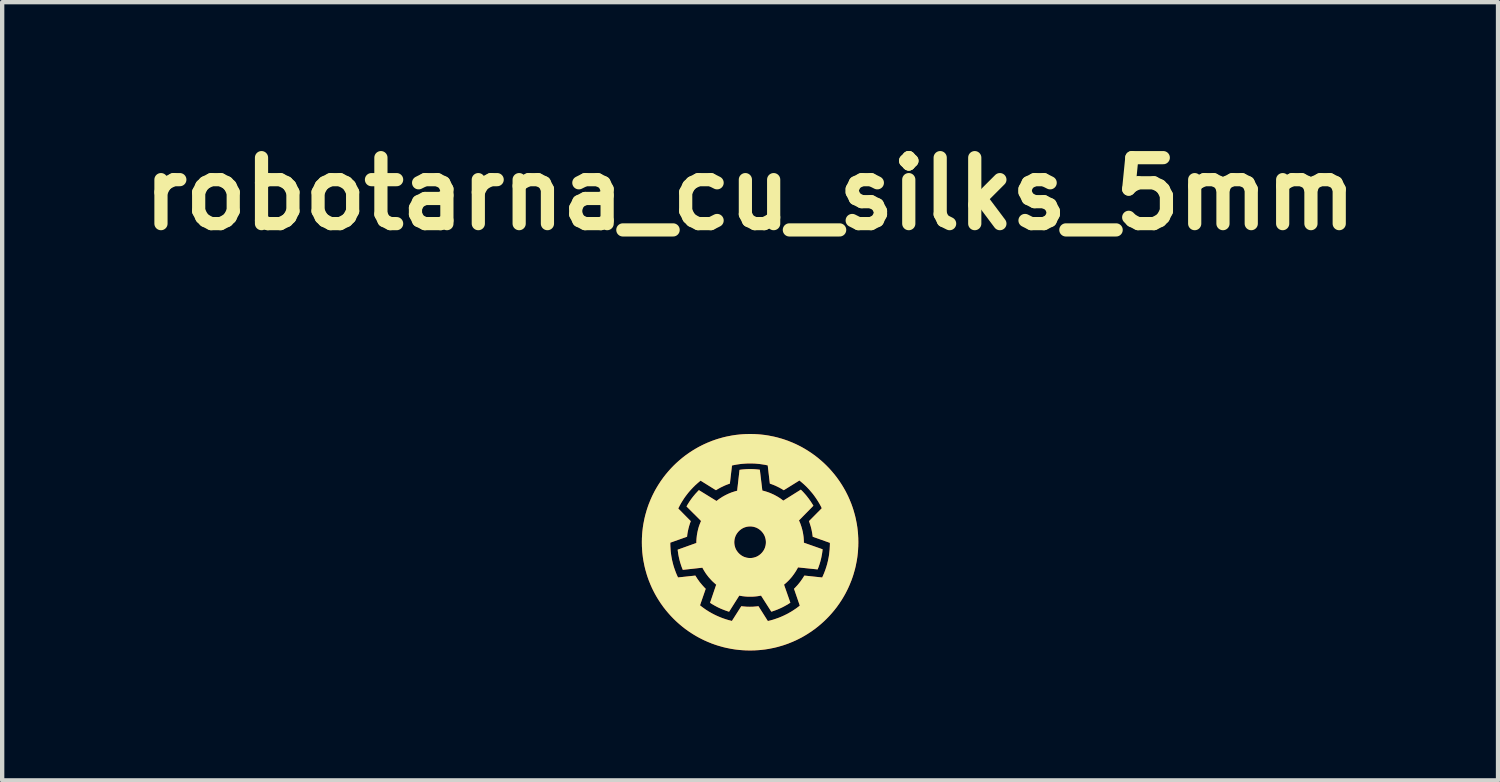
<source format=kicad_pcb>
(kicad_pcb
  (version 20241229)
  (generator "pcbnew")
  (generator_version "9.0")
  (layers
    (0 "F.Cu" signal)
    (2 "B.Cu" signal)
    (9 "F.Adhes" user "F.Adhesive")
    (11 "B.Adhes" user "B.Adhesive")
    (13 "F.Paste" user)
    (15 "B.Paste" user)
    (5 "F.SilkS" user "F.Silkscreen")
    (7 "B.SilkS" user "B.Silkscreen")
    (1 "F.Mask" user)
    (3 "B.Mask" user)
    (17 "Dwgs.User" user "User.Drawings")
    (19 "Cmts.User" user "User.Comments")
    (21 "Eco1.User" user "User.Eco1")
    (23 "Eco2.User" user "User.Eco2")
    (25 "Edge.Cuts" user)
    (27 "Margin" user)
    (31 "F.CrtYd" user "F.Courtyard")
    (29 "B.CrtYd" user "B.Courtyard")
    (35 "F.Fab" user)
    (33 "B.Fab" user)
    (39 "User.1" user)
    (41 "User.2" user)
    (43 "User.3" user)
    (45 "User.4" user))
  (footprint "robotarna_cu_silks_5mm"
    (layer "F.Cu")
    (at 14.275 9.474)
    (property "Reference" "robotarna_cu_silks_5mm" (at 0 -8.048 0) (layer "F.SilkS") (effects (font (size 1.524 1.524) (thickness 0.305))))
    (attr smd)
    (fp_poly (pts (xy -0.000004 0.365) (xy -1.653 0.307) (xy -1.648 0.333) (xy -1.642 0.36) (xy -1.636 0.386) (xy -1.63 0.412) (xy -1.623 0.438) (xy -1.616 0.463) (xy -1.608 0.489) (xy -1.6 0.514) (xy -1.592 0.539) (xy -1.583 0.564) (xy -1.574 0.589) (xy -1.564 0.614) (xy -1.554 0.638) (xy -1.102 0.588) (xy -1.089 0.612) (xy -1.076 0.635) (xy -1.063 0.658) (xy -1.048 0.681) (xy -1.034 0.704) (xy -1.019 0.726) (xy -1.003 0.748) (xy -0.987 0.769) (xy -0.971 0.79) (xy -0.954 0.811) (xy -0.936 0.831) (xy -0.918 0.851) (xy -0.9 0.871) (xy -0.882 0.89) (xy -0.863 0.909) (xy -0.843 0.927) (xy -0.823 0.945) (xy -0.803 0.963) (xy -0.783 0.98) (xy -0.925 1.399) (xy -0.903 1.413) (xy -0.88 1.428) (xy -0.857 1.441) (xy -0.834 1.455) (xy -0.81 1.468) (xy -0.786 1.481) (xy -0.762 1.494) (xy -0.738 1.506) (xy -0.714 1.517) (xy -0.689 1.529) (xy -0.664 1.54) (xy -0.639 1.55) (xy -0.614 1.56) (xy -0.588 1.57) (xy -0.563 1.579) (xy -0.537 1.588) (xy -0.511 1.597) (xy -0.485 1.605) (xy -0.25 1.233) (xy -0.223 1.238) (xy -0.196 1.243) (xy -0.169 1.247) (xy -0.141 1.25) (xy -0.114 1.253) (xy -0.086 1.255) (xy -0.058 1.257) (xy -0.029 1.258) (xy -0.001 1.258) (xy 0.025 1.258) (xy 0.051 1.257) (xy 0.077 1.256) (xy 0.102 1.254) (xy 0.128 1.252) (xy 0.153 1.249) (xy 0.178 1.246) (xy 0.203 1.242) (xy 0.228 1.237) (xy 0.253 1.233) (xy 0.49 1.604) (xy 0.517 1.596) (xy 0.543 1.587) (xy 0.568 1.578) (xy 0.594 1.569) (xy 0.619 1.559) (xy 0.645 1.549) (xy 0.669 1.538) (xy 0.694 1.527) (xy 0.719 1.516) (xy 0.743 1.504) (xy 0.767 1.492) (xy 0.791 1.479) (xy 0.815 1.466) (xy 0.838 1.453) (xy 0.862 1.44) (xy 0.885 1.426) (xy 0.907 1.411) (xy 0.93 1.397) (xy 0.784 0.98) (xy 0.805 0.962) (xy 0.826 0.945) (xy 0.846 0.926) (xy 0.865 0.908) (xy 0.885 0.889) (xy 0.904 0.869) (xy 0.922 0.849) (xy 0.94 0.829) (xy 0.958 0.808) (xy 0.975 0.787) (xy 0.991 0.765) (xy 1.007 0.744) (xy 1.023 0.721) (xy 1.038 0.699) (xy 1.053 0.676) (xy 1.067 0.653) (xy 1.081 0.629) (xy 1.094 0.605) (xy 1.107 0.581) (xy 1.56 0.628) (xy 1.569 0.604) (xy 1.579 0.579) (xy 1.588 0.554) (xy 1.596 0.53) (xy 1.605 0.504) (xy 1.612 0.479) (xy 1.62 0.454) (xy 1.627 0.428) (xy 1.634 0.402) (xy 1.64 0.376) (xy 1.646 0.35) (xy 1.651 0.324) (xy 1.656 0.297) (xy 1.661 0.271) (xy 1.665 0.244) (xy 1.669 0.217) (xy 1.672 0.19) (xy 1.675 0.163) (xy 1.243 0.011) (xy 1.242 -0.018) (xy 1.241 -0.046) (xy 1.239 -0.075) (xy 1.237 -0.103) (xy 1.234 -0.132) (xy 1.23 -0.16) (xy 1.226 -0.188) (xy 1.221 -0.215) (xy 1.216 -0.243) (xy 1.209 -0.27) (xy 1.203 -0.297) (xy 1.195 -0.324) (xy 1.188 -0.35) (xy 1.179 -0.377) (xy 1.17 -0.403) (xy 1.161 -0.429) (xy 1.151 -0.454) (xy 1.14 -0.479) (xy 1.129 -0.504) (xy 1.462 -0.843) (xy 1.448 -0.867) (xy 1.433 -0.891) (xy 1.418 -0.914) (xy 1.403 -0.938) (xy 1.387 -0.961) (xy 1.371 -0.983) (xy 1.355 -1.006) (xy 1.338 -1.028) (xy 1.321 -1.05) (xy 1.304 -1.072) (xy 1.286 -1.093) (xy 1.268 -1.114) (xy 1.249 -1.135) (xy 1.231 -1.155) (xy 1.211 -1.176) (xy 1.192 -1.195) (xy 1.172 -1.215) (xy 0.767 -0.961) (xy 0.746 -0.977) (xy 0.725 -0.993) (xy 0.703 -1.009) (xy 0.68 -1.024) (xy 0.658 -1.038) (xy 0.635 -1.052) (xy 0.612 -1.065) (xy 0.588 -1.078) (xy 0.564 -1.091) (xy 0.54 -1.103) (xy 0.516 -1.114) (xy 0.491 -1.125) (xy 0.466 -1.136) (xy 0.44 -1.146) (xy 0.415 -1.155) (xy 0.389 -1.164) (xy 0.363 -1.172) (xy 0.337 -1.18) (xy 0.31 -1.187) (xy 0.283 -1.194) (xy 0.225 -1.675) (xy 0.198 -1.678) (xy 0.17 -1.681) (xy 0.143 -1.684) (xy 0.115 -1.686) (xy 0.087 -1.688) (xy 0.059 -1.689) (xy 0.031 -1.69) (xy 0.003 -1.69) (xy -0.025 -1.69) (xy -0.053 -1.689) (xy -0.08 -1.688) (xy -0.108 -1.686) (xy -0.135 -1.684) (xy -0.163 -1.682) (xy -0.19 -1.679) (xy -0.217 -1.676) (xy -0.244 -1.672) (xy -0.299 -1.189) (xy -0.325 -1.183) (xy -0.351 -1.175) (xy -0.377 -1.167) (xy -0.403 -1.159) (xy -0.429 -1.15) (xy -0.454 -1.14) (xy -0.479 -1.13) (xy -0.504 -1.119) (xy -0.528 -1.108) (xy -0.552 -1.096) (xy -0.576 -1.084) (xy -0.6 -1.071) (xy -0.623 -1.058) (xy -0.646 -1.045) (xy -0.668 -1.03) (xy -0.691 -1.016) (xy -0.712 -1.001) (xy -0.734 -0.985) (xy -0.755 -0.969) (xy -0.776 -0.953) (xy -1.183 -1.204) (xy -1.202 -1.184) (xy -1.221 -1.164) (xy -1.24 -1.143) (xy -1.259 -1.123) (xy -1.277 -1.102) (xy -1.295 -1.08) (xy -1.313 -1.059) (xy -1.33 -1.037) (xy -1.347 -1.015) (xy -1.364 -0.992) (xy -1.38 -0.969) (xy -1.396 -0.946) (xy -1.411 -0.923) (xy -1.426 -0.899) (xy -1.441 -0.875) (xy -1.455 -0.851) (xy -1.469 -0.827) (xy -1.133 -0.491) (xy -1.144 -0.466) (xy -1.154 -0.441) (xy -1.164 -0.416) (xy -1.173 -0.391) (xy -1.182 -0.366) (xy -1.19 -0.34) (xy -1.197 -0.314) (xy -1.204 -0.287) (xy -1.21 -0.261) (xy -1.216 -0.234) (xy -1.221 -0.207) (xy -1.226 -0.18) (xy -1.23 -0.153) (xy -1.233 -0.125) (xy -1.236 -0.098) (xy -1.238 -0.07) (xy -1.24 -0.042) (xy -1.241 -0.014) (xy -1.241 0.015) (xy -1.241 0.017) (xy -1.673 0.172) (xy -1.67 0.199) (xy -1.666 0.226) (xy -1.662 0.253) (xy -1.658 0.28) (xy -1.653 0.307) (xy -0.000004 0.365) (xy -0.026 0.364) (xy -0.052 0.361) (xy -0.077 0.357) (xy -0.101 0.35) (xy -0.125 0.343) (xy -0.148 0.334) (xy -0.17 0.323) (xy -0.191 0.311) (xy -0.211 0.297) (xy -0.231 0.282) (xy -0.249 0.266) (xy -0.266 0.249) (xy -0.282 0.231) (xy -0.297 0.211) (xy -0.311 0.191) (xy -0.323 0.17) (xy -0.334 0.148) (xy -0.343 0.125) (xy -0.35 0.101) (xy -0.357 0.077) (xy -0.361 0.052) (xy -0.364 0.026) (xy -0.365 0.000008) (xy -0.364 -0.026) (xy -0.361 -0.052) (xy -0.357 -0.077) (xy -0.35 -0.101) (xy -0.343 -0.125) (xy -0.334 -0.148) (xy -0.323 -0.17) (xy -0.311 -0.191) (xy -0.297 -0.211) (xy -0.282 -0.231) (xy -0.266 -0.249) (xy -0.249 -0.266) (xy -0.231 -0.282) (xy -0.211 -0.297) (xy -0.191 -0.311) (xy -0.17 -0.323) (xy -0.148 -0.334) (xy -0.125 -0.343) (xy -0.101 -0.35) (xy -0.077 -0.357) (xy -0.052 -0.361) (xy -0.026 -0.364) (xy -0.000004 -0.365) (xy 0.026 -0.364) (xy 0.052 -0.361) (xy 0.077 -0.357) (xy 0.101 -0.35) (xy 0.125 -0.343) (xy 0.148 -0.334) (xy 0.17 -0.323) (xy 0.191 -0.311) (xy 0.211 -0.297) (xy 0.231 -0.282) (xy 0.249 -0.266) (xy 0.266 -0.249) (xy 0.282 -0.231) (xy 0.297 -0.211) (xy 0.311 -0.191) (xy 0.323 -0.17) (xy 0.334 -0.148) (xy 0.343 -0.125) (xy 0.35 -0.101) (xy 0.357 -0.077) (xy 0.361 -0.052) (xy 0.364 -0.026) (xy 0.365 0.000008) (xy 0.364 0.026) (xy 0.361 0.052) (xy 0.357 0.077) (xy 0.35 0.101) (xy 0.343 0.125) (xy 0.334 0.148) (xy 0.323 0.17) (xy 0.311 0.191) (xy 0.297 0.211) (xy 0.282 0.231) (xy 0.266 0.249) (xy 0.249 0.266) (xy 0.231 0.282) (xy 0.211 0.297) (xy 0.191 0.311) (xy 0.17 0.323) (xy 0.148 0.334) (xy 0.125 0.343) (xy 0.101 0.35) (xy 0.077 0.357) (xy 0.052 0.361) (xy 0.026 0.364) (xy -0.000004 0.365)) (stroke (width 0) (type solid)) (fill yes) (layer "F.Cu"))
    (fp_poly (pts (xy 1.665 0.814) (xy 0.369 2.473) (xy 0.395 2.469) (xy 0.421 2.465) (xy 0.447 2.46) (xy 0.472 2.455) (xy 0.497 2.45) (xy 0.523 2.445) (xy 0.548 2.44) (xy 0.573 2.434) (xy 0.598 2.428) (xy 0.623 2.422) (xy 0.648 2.415) (xy 0.673 2.408) (xy 0.697 2.401) (xy 0.722 2.394) (xy 0.746 2.387) (xy 0.771 2.379) (xy 0.795 2.371) (xy 0.819 2.363) (xy 0.843 2.354) (xy 0.867 2.346) (xy 0.891 2.337) (xy 0.914 2.327) (xy 0.938 2.318) (xy 0.961 2.308) (xy 0.985 2.299) (xy 1.008 2.288) (xy 1.031 2.278) (xy 1.054 2.268) (xy 1.077 2.257) (xy 1.099 2.246) (xy 1.122 2.235) (xy 1.144 2.223) (xy 1.167 2.212) (xy 1.189 2.2) (xy 1.211 2.188) (xy 1.233 2.175) (xy 1.255 2.163) (xy 1.276 2.15) (xy 1.298 2.137) (xy 1.319 2.124) (xy 1.34 2.111) (xy 1.361 2.097) (xy 1.382 2.083) (xy 1.403 2.07) (xy 1.424 2.055) (xy 1.444 2.041) (xy 1.464 2.026) (xy 1.485 2.012) (xy 1.505 1.997) (xy 1.524 1.982) (xy 1.544 1.966) (xy 1.564 1.951) (xy 1.583 1.935) (xy 1.602 1.919) (xy 1.621 1.903) (xy 1.64 1.887) (xy 1.659 1.87) (xy 1.677 1.854) (xy 1.696 1.837) (xy 1.714 1.82) (xy 1.732 1.803) (xy 1.75 1.785) (xy 1.768 1.768) (xy 1.785 1.75) (xy 1.803 1.732) (xy 1.82 1.714) (xy 1.837 1.696) (xy 1.854 1.677) (xy 1.87 1.659) (xy 1.887 1.64) (xy 1.903 1.621) (xy 1.919 1.602) (xy 1.935 1.583) (xy 1.951 1.564) (xy 1.966 1.544) (xy 1.982 1.524) (xy 1.997 1.505) (xy 2.012 1.485) (xy 2.026 1.464) (xy 2.041 1.444) (xy 2.055 1.424) (xy 2.07 1.403) (xy 2.083 1.382) (xy 2.097 1.361) (xy 2.111 1.34) (xy 2.124 1.319) (xy 2.137 1.298) (xy 2.15 1.276) (xy 2.163 1.255) (xy 2.175 1.233) (xy 2.188 1.211) (xy 2.2 1.189) (xy 2.212 1.167) (xy 2.223 1.144) (xy 2.235 1.122) (xy 2.246 1.099) (xy 2.257 1.077) (xy 2.268 1.054) (xy 2.278 1.031) (xy 2.288 1.008) (xy 2.299 0.985) (xy 2.308 0.961) (xy 2.318 0.938) (xy 2.327 0.914) (xy 2.337 0.891) (xy 2.346 0.867) (xy 2.354 0.843) (xy 2.363 0.819) (xy 2.371 0.795) (xy 2.379 0.771) (xy 2.387 0.746) (xy 2.394 0.722) (xy 2.401 0.697) (xy 2.408 0.673) (xy 2.415 0.648) (xy 2.422 0.623) (xy 2.428 0.598) (xy 2.434 0.573) (xy 2.44 0.548) (xy 2.445 0.523) (xy 2.45 0.497) (xy 2.455 0.472) (xy 2.46 0.447) (xy 2.465 0.421) (xy 2.469 0.395) (xy 2.473 0.369) (xy 2.477 0.344) (xy 2.48 0.318) (xy 2.483 0.292) (xy 2.486 0.265) (xy 2.489 0.239) (xy 2.491 0.213) (xy 2.493 0.187) (xy 2.495 0.16) (xy 2.496 0.134) (xy 2.498 0.107) (xy 2.499 0.08) (xy 2.499 0.054) (xy 2.5 0.027) (xy 2.5 0.000007) (xy 2.5 -0.027) (xy 2.499 -0.054) (xy 2.499 -0.08) (xy 2.498 -0.107) (xy 2.496 -0.134) (xy 2.495 -0.16) (xy 2.493 -0.187) (xy 2.491 -0.213) (xy 2.489 -0.239) (xy 2.486 -0.265) (xy 2.483 -0.292) (xy 2.48 -0.318) (xy 2.477 -0.344) (xy 2.473 -0.369) (xy 2.469 -0.395) (xy 2.465 -0.421) (xy 2.46 -0.447) (xy 2.455 -0.472) (xy 2.45 -0.497) (xy 2.445 -0.523) (xy 2.44 -0.548) (xy 2.434 -0.573) (xy 2.428 -0.598) (xy 2.422 -0.623) (xy 2.415 -0.648) (xy 2.408 -0.673) (xy 2.401 -0.697) (xy 2.394 -0.722) (xy 2.387 -0.746) (xy 2.379 -0.771) (xy 2.371 -0.795) (xy 2.363 -0.819) (xy 2.354 -0.843) (xy 2.346 -0.867) (xy 2.337 -0.891) (xy 2.327 -0.914) (xy 2.318 -0.938) (xy 2.308 -0.961) (xy 2.299 -0.985) (xy 2.288 -1.008) (xy 2.278 -1.031) (xy 2.268 -1.054) (xy 2.257 -1.077) (xy 2.246 -1.099) (xy 2.235 -1.122) (xy 2.223 -1.144) (xy 2.212 -1.167) (xy 2.2 -1.189) (xy 2.188 -1.211) (xy 2.175 -1.233) (xy 2.163 -1.255) (xy 2.15 -1.276) (xy 2.137 -1.298) (xy 2.124 -1.319) (xy 2.111 -1.34) (xy 2.097 -1.361) (xy 2.083 -1.382) (xy 2.07 -1.403) (xy 2.055 -1.424) (xy 2.041 -1.444) (xy 2.026 -1.464) (xy 2.012 -1.485) (xy 1.997 -1.505) (xy 1.982 -1.524) (xy 1.966 -1.544) (xy 1.951 -1.564) (xy 1.935 -1.583) (xy 1.919 -1.602) (xy 1.903 -1.621) (xy 1.887 -1.64) (xy 1.87 -1.659) (xy 1.854 -1.677) (xy 1.837 -1.696) (xy 1.82 -1.714) (xy 1.803 -1.732) (xy 1.785 -1.75) (xy 1.768 -1.768) (xy 1.75 -1.785) (xy 1.732 -1.803) (xy 1.714 -1.82) (xy 1.696 -1.837) (xy 1.677 -1.854) (xy 1.659 -1.87) (xy 1.64 -1.887) (xy 1.621 -1.903) (xy 1.602 -1.919) (xy 1.583 -1.935) (xy 1.564 -1.951) (xy 1.544 -1.966) (xy 1.524 -1.982) (xy 1.505 -1.997) (xy 1.485 -2.012) (xy 1.464 -2.026) (xy 1.444 -2.041) (xy 1.424 -2.055) (xy 1.403 -2.07) (xy 1.382 -2.083) (xy 1.361 -2.097) (xy 1.34 -2.111) (xy 1.319 -2.124) (xy 1.298 -2.137) (xy 1.276 -2.15) (xy 1.255 -2.163) (xy 1.233 -2.175) (xy 1.211 -2.188) (xy 1.189 -2.2) (xy 1.167 -2.212) (xy 1.144 -2.223) (xy 1.122 -2.235) (xy 1.099 -2.246) (xy 1.077 -2.257) (xy 1.054 -2.268) (xy 1.031 -2.278) (xy 1.008 -2.288) (xy 0.985 -2.299) (xy 0.961 -2.308) (xy 0.938 -2.318) (xy 0.914 -2.327) (xy 0.891 -2.337) (xy 0.867 -2.346) (xy 0.843 -2.354) (xy 0.819 -2.363) (xy 0.795 -2.371) (xy 0.771 -2.379) (xy 0.746 -2.387) (xy 0.722 -2.394) (xy 0.697 -2.401) (xy 0.673 -2.408) (xy 0.648 -2.415) (xy 0.623 -2.422) (xy 0.598 -2.428) (xy 0.573 -2.434) (xy 0.548 -2.44) (xy 0.523 -2.445) (xy 0.497 -2.45) (xy 0.472 -2.455) (xy 0.447 -2.46) (xy 0.421 -2.465) (xy 0.395 -2.469) (xy 0.369 -2.473) (xy 0.344 -2.477) (xy 0.318 -2.48) (xy 0.292 -2.483) (xy 0.265 -2.486) (xy 0.239 -2.489) (xy 0.213 -2.491) (xy 0.187 -2.493) (xy 0.16 -2.495) (xy 0.134 -2.496) (xy 0.107 -2.498) (xy 0.08 -2.499) (xy 0.054 -2.499) (xy 0.027 -2.5) (xy -0.000007 -2.5) (xy -0.027 -2.5) (xy -0.054 -2.499) (xy -0.08 -2.499) (xy -0.107 -2.498) (xy -0.134 -2.496) (xy -0.16 -2.495) (xy -0.187 -2.493) (xy -0.213 -2.491) (xy -0.239 -2.489) (xy -0.265 -2.486) (xy -0.292 -2.483) (xy -0.318 -2.48) (xy -0.344 -2.477) (xy -0.369 -2.473) (xy -0.395 -2.469) (xy -0.421 -2.465) (xy -0.447 -2.46) (xy -0.472 -2.455) (xy -0.497 -2.45) (xy -0.523 -2.445) (xy -0.548 -2.44) (xy -0.573 -2.434) (xy -0.598 -2.428) (xy -0.623 -2.422) (xy -0.648 -2.415) (xy -0.673 -2.408) (xy -0.697 -2.401) (xy -0.722 -2.394) (xy -0.746 -2.387) (xy -0.771 -2.379) (xy -0.795 -2.371) (xy -0.819 -2.363) (xy -0.843 -2.354) (xy -0.867 -2.346) (xy -0.891 -2.337) (xy -0.914 -2.327) (xy -0.938 -2.318) (xy -0.961 -2.308) (xy -0.985 -2.299) (xy -1.008 -2.288) (xy -1.031 -2.278) (xy -1.054 -2.268) (xy -1.077 -2.257) (xy -1.099 -2.246) (xy -1.122 -2.235) (xy -1.144 -2.223) (xy -1.167 -2.212) (xy -1.189 -2.2) (xy -1.211 -2.188) (xy -1.233 -2.175) (xy -1.255 -2.163) (xy -1.276 -2.15) (xy -1.298 -2.137) (xy -1.319 -2.124) (xy -1.34 -2.111) (xy -1.361 -2.097) (xy -1.382 -2.083) (xy -1.403 -2.07) (xy -1.424 -2.055) (xy -1.444 -2.041) (xy -1.464 -2.026) (xy -1.485 -2.012) (xy -1.505 -1.997) (xy -1.524 -1.982) (xy -1.544 -1.966) (xy -1.564 -1.951) (xy -1.583 -1.935) (xy -1.602 -1.919) (xy -1.621 -1.903) (xy -1.64 -1.887) (xy -1.659 -1.87) (xy -1.677 -1.854) (xy -1.696 -1.837) (xy -1.714 -1.82) (xy -1.732 -1.803) (xy -1.75 -1.785) (xy -1.768 -1.768) (xy -1.785 -1.75) (xy -1.803 -1.732) (xy -1.82 -1.714) (xy -1.837 -1.696) (xy -1.854 -1.677) (xy -1.87 -1.659) (xy -1.887 -1.64) (xy -1.903 -1.621) (xy -1.919 -1.602) (xy -1.935 -1.583) (xy -1.951 -1.564) (xy -1.966 -1.544) (xy -1.982 -1.524) (xy -1.997 -1.505) (xy -2.012 -1.485) (xy -2.026 -1.464) (xy -2.041 -1.444) (xy -2.055 -1.424) (xy -2.07 -1.403) (xy -2.083 -1.382) (xy -2.097 -1.361) (xy -2.111 -1.34) (xy -2.124 -1.319) (xy -2.137 -1.298) (xy -2.15 -1.276) (xy -2.163 -1.255) (xy -2.175 -1.233) (xy -2.188 -1.211) (xy -2.2 -1.189) (xy -2.212 -1.167) (xy -2.223 -1.144) (xy -2.235 -1.122) (xy -2.246 -1.099) (xy -2.257 -1.077) (xy -2.268 -1.054) (xy -2.278 -1.031) (xy -2.288 -1.008) (xy -2.299 -0.985) (xy -2.308 -0.961) (xy -2.318 -0.938) (xy -2.327 -0.914) (xy -2.337 -0.891) (xy -2.346 -0.867) (xy -2.354 -0.843) (xy -2.363 -0.819) (xy -2.371 -0.795) (xy -2.379 -0.771) (xy -2.387 -0.746) (xy -2.394 -0.722) (xy -2.401 -0.697) (xy -2.408 -0.673) (xy -2.415 -0.648) (xy -2.422 -0.623) (xy -2.428 -0.598) (xy -2.434 -0.573) (xy -2.44 -0.548) (xy -2.445 -0.523) (xy -2.45 -0.497) (xy -2.455 -0.472) (xy -2.46 -0.447) (xy -2.465 -0.421) (xy -2.469 -0.395) (xy -2.473 -0.369) (xy -2.477 -0.344) (xy -2.48 -0.318) (xy -2.483 -0.292) (xy -2.486 -0.265) (xy -2.489 -0.239) (xy -2.491 -0.213) (xy -2.493 -0.187) (xy -2.495 -0.16) (xy -2.496 -0.134) (xy -2.498 -0.107) (xy -2.499 -0.08) (xy -2.499 -0.054) (xy -2.5 -0.027) (xy -2.5 0.000007) (xy -2.5 0.027) (xy -2.499 0.054) (xy -2.499 0.08) (xy -2.498 0.107) (xy -2.496 0.134) (xy -2.495 0.16) (xy -2.493 0.187) (xy -2.491 0.213) (xy -2.489 0.239) (xy -2.486 0.265) (xy -2.483 0.292) (xy -2.48 0.318) (xy -2.477 0.344) (xy -2.473 0.369) (xy -2.469 0.395) (xy -2.465 0.421) (xy -2.46 0.447) (xy -2.455 0.472) (xy -2.45 0.497) (xy -2.445 0.523) (xy -2.44 0.548) (xy -2.434 0.573) (xy -2.428 0.598) (xy -2.422 0.623) (xy -2.415 0.648) (xy -2.408 0.673) (xy -2.401 0.697) (xy -2.394 0.722) (xy -2.387 0.746) (xy -2.379 0.771) (xy -2.371 0.795) (xy -2.363 0.819) (xy -2.354 0.843) (xy -2.346 0.867) (xy -2.337 0.891) (xy -2.327 0.914) (xy -2.318 0.938) (xy -2.308 0.961) (xy -2.299 0.985) (xy -2.288 1.008) (xy -2.278 1.031) (xy -2.268 1.054) (xy -2.257 1.077) (xy -2.246 1.099) (xy -2.235 1.122) (xy -2.223 1.144) (xy -2.212 1.167) (xy -2.2 1.189) (xy -2.188 1.211) (xy -2.175 1.233) (xy -2.163 1.255) (xy -2.15 1.276) (xy -2.137 1.298) (xy -2.124 1.319) (xy -2.111 1.34) (xy -2.097 1.361) (xy -2.083 1.382) (xy -2.07 1.403) (xy -2.055 1.424) (xy -2.041 1.444) (xy -2.026 1.464) (xy -2.012 1.485) (xy -1.997 1.505) (xy -1.982 1.524) (xy -1.966 1.544) (xy -1.951 1.564) (xy -1.935 1.583) (xy -1.919 1.602) (xy -1.903 1.621) (xy -1.887 1.64) (xy -1.87 1.659) (xy -1.854 1.677) (xy -1.837 1.696) (xy -1.82 1.714) (xy -1.803 1.732) (xy -1.785 1.75) (xy -1.768 1.768) (xy -1.75 1.785) (xy -1.732 1.803) (xy -1.714 1.82) (xy -1.696 1.837) (xy -1.677 1.854) (xy -1.659 1.87) (xy -1.64 1.887) (xy -1.621 1.903) (xy -1.602 1.919) (xy -1.583 1.935) (xy -1.564 1.951) (xy -1.544 1.966) (xy -1.524 1.982) (xy -1.505 1.997) (xy -1.485 2.012) (xy -1.464 2.026) (xy -1.444 2.041) (xy -1.424 2.055) (xy -1.403 2.07) (xy -1.382 2.083) (xy -1.361 2.097) (xy -1.34 2.111) (xy -1.319 2.124) (xy -1.298 2.137) (xy -1.276 2.15) (xy -1.255 2.163) (xy -1.233 2.175) (xy -1.211 2.188) (xy -1.189 2.2) (xy -1.167 2.212) (xy -1.144 2.223) (xy -1.122 2.235) (xy -1.099 2.246) (xy -1.077 2.257) (xy -1.054 2.268) (xy -1.031 2.278) (xy -1.008 2.288) (xy -0.985 2.299) (xy -0.961 2.308) (xy -0.938 2.318) (xy -0.914 2.327) (xy -0.891 2.337) (xy -0.867 2.346) (xy -0.843 2.354) (xy -0.819 2.363) (xy -0.795 2.371) (xy -0.771 2.379) (xy -0.746 2.387) (xy -0.722 2.394) (xy -0.697 2.401) (xy -0.673 2.408) (xy -0.648 2.415) (xy -0.623 2.422) (xy -0.598 2.428) (xy -0.573 2.434) (xy -0.548 2.44) (xy -0.523 2.445) (xy -0.497 2.45) (xy -0.472 2.455) (xy -0.447 2.46) (xy -0.421 2.465) (xy -0.395 2.469) (xy -0.369 2.473) (xy -0.344 2.477) (xy -0.318 2.48) (xy -0.292 2.483) (xy -0.265 2.486) (xy -0.239 2.489) (xy -0.213 2.491) (xy -0.187 2.493) (xy -0.16 2.495) (xy -0.134 2.496) (xy -0.107 2.498) (xy -0.08 2.499) (xy -0.054 2.499) (xy -0.027 2.5) (xy -0.000007 2.5) (xy 0.027 2.5) (xy 0.054 2.499) (xy 0.08 2.499) (xy 0.107 2.498) (xy 0.134 2.496) (xy 0.16 2.495) (xy 0.187 2.493) (xy 0.213 2.491) (xy 0.239 2.489) (xy 0.265 2.486) (xy 0.292 2.483) (xy 0.318 2.48) (xy 0.344 2.477) (xy 0.369 2.473) (xy 1.665 0.814) (xy 1.254 0.77) (xy 1.239 0.794) (xy 1.224 0.817) (xy 1.209 0.841) (xy 1.193 0.864) (xy 1.177 0.886) (xy 1.161 0.909) (xy 1.144 0.931) (xy 1.127 0.952) (xy 1.109 0.974) (xy 1.091 0.995) (xy 1.072 1.015) (xy 1.053 1.036) (xy 1.034 1.056) (xy 1.014 1.075) (xy 1.148 1.464) (xy 1.127 1.481) (xy 1.105 1.497) (xy 1.083 1.514) (xy 1.061 1.53) (xy 1.039 1.545) (xy 1.016 1.56) (xy 0.993 1.575) (xy 0.97 1.59) (xy 0.947 1.604) (xy 0.923 1.618) (xy 0.9 1.631) (xy 0.876 1.645) (xy 0.851 1.658) (xy 0.827 1.67) (xy 0.802 1.682) (xy 0.778 1.694) (xy 0.753 1.705) (xy 0.727 1.717) (xy 0.702 1.727) (xy 0.676 1.738) (xy 0.65 1.748) (xy 0.624 1.757) (xy 0.598 1.766) (xy 0.572 1.775) (xy 0.545 1.784) (xy 0.519 1.792) (xy 0.492 1.799) (xy 0.465 1.807) (xy 0.438 1.813) (xy 0.41 1.82) (xy 0.193 1.477) (xy 0.168 1.48) (xy 0.144 1.483) (xy 0.119 1.485) (xy 0.095 1.487) (xy 0.07 1.489) (xy 0.045 1.49) (xy 0.02 1.49) (xy -0.005 1.491) (xy -0.03 1.49) (xy -0.056 1.49) (xy -0.08 1.489) (xy -0.105 1.487) (xy -0.13 1.485) (xy -0.155 1.483) (xy -0.179 1.48) (xy -0.203 1.477) (xy -0.42 1.818) (xy -0.447 1.811) (xy -0.474 1.804) (xy -0.501 1.797) (xy -0.528 1.789) (xy -0.555 1.781) (xy -0.581 1.772) (xy -0.608 1.763) (xy -0.634 1.754) (xy -0.66 1.744) (xy -0.685 1.734) (xy -0.711 1.723) (xy -0.736 1.713) (xy -0.762 1.701) (xy -0.787 1.69) (xy -0.811 1.678) (xy -0.836 1.666) (xy -0.86 1.653) (xy -0.885 1.64) (xy -0.909 1.626) (xy -0.932 1.613) (xy -0.956 1.599) (xy -0.979 1.584) (xy -1.002 1.57) (xy -1.025 1.555) (xy -1.048 1.539) (xy -1.07 1.523) (xy -1.092 1.507) (xy -1.114 1.491) (xy -1.135 1.474) (xy -1.157 1.457) (xy -1.025 1.075) (xy -1.045 1.056) (xy -1.064 1.036) (xy -1.083 1.015) (xy -1.101 0.995) (xy -1.119 0.974) (xy -1.137 0.952) (xy -1.155 0.931) (xy -1.172 0.909) (xy -1.188 0.886) (xy -1.204 0.864) (xy -1.22 0.841) (xy -1.235 0.817) (xy -1.25 0.794) (xy -1.264 0.77) (xy -1.665 0.813) (xy -1.676 0.789) (xy -1.687 0.765) (xy -1.698 0.74) (xy -1.708 0.716) (xy -1.718 0.691) (xy -1.727 0.666) (xy -1.736 0.641) (xy -1.745 0.616) (xy -1.754 0.59) (xy -1.762 0.565) (xy -1.77 0.539) (xy -1.777 0.513) (xy -1.784 0.487) (xy -1.79 0.461) (xy -1.797 0.434) (xy -1.803 0.408) (xy -1.808 0.381) (xy -1.813 0.354) (xy -1.818 0.327) (xy -1.822 0.3) (xy -1.826 0.273) (xy -1.829 0.246) (xy -1.833 0.218) (xy -1.835 0.191) (xy -1.838 0.163) (xy -1.839 0.135) (xy -1.841 0.107) (xy -1.842 0.079) (xy -1.843 0.051) (xy -1.843 0.023) (xy -1.843 0.01) (xy -1.456 -0.127) (xy -1.453 -0.154) (xy -1.45 -0.181) (xy -1.446 -0.207) (xy -1.441 -0.234) (xy -1.436 -0.26) (xy -1.43 -0.286) (xy -1.425 -0.312) (xy -1.418 -0.337) (xy -1.411 -0.363) (xy -1.404 -0.388) (xy -1.396 -0.413) (xy -1.388 -0.438) (xy -1.379 -0.463) (xy -1.37 -0.487) (xy -1.659 -0.779) (xy -1.647 -0.804) (xy -1.634 -0.829) (xy -1.621 -0.854) (xy -1.608 -0.878) (xy -1.594 -0.902) (xy -1.58 -0.926) (xy -1.565 -0.95) (xy -1.55 -0.973) (xy -1.535 -0.997) (xy -1.52 -1.02) (xy -1.504 -1.042) (xy -1.488 -1.065) (xy -1.471 -1.087) (xy -1.454 -1.109) (xy -1.437 -1.131) (xy -1.42 -1.152) (xy -1.402 -1.173) (xy -1.384 -1.194) (xy -1.365 -1.215) (xy -1.346 -1.235) (xy -1.327 -1.255) (xy -1.308 -1.275) (xy -1.288 -1.294) (xy -1.269 -1.314) (xy -1.248 -1.332) (xy -1.228 -1.351) (xy -1.207 -1.369) (xy -1.186 -1.387) (xy -1.165 -1.405) (xy -1.143 -1.422) (xy -0.788 -1.201) (xy -0.765 -1.216) (xy -0.742 -1.23) (xy -0.718 -1.243) (xy -0.694 -1.257) (xy -0.67 -1.269) (xy -0.645 -1.281) (xy -0.62 -1.293) (xy -0.595 -1.305) (xy -0.57 -1.316) (xy -0.545 -1.326) (xy -0.519 -1.336) (xy -0.493 -1.345) (xy -0.467 -1.354) (xy -0.418 -1.772) (xy -0.391 -1.778) (xy -0.364 -1.784) (xy -0.337 -1.789) (xy -0.309 -1.794) (xy -0.282 -1.798) (xy -0.254 -1.802) (xy -0.226 -1.806) (xy -0.198 -1.809) (xy -0.17 -1.812) (xy -0.142 -1.814) (xy -0.114 -1.816) (xy -0.086 -1.818) (xy -0.057 -1.819) (xy -0.029 -1.82) (xy -0.000007 -1.82) (xy 0.028 -1.82) (xy 0.056 -1.819) (xy 0.083 -1.818) (xy 0.111 -1.817) (xy 0.138 -1.815) (xy 0.166 -1.812) (xy 0.193 -1.81) (xy 0.22 -1.807) (xy 0.247 -1.803) (xy 0.274 -1.799) (xy 0.301 -1.795) (xy 0.328 -1.791) (xy 0.354 -1.786) (xy 0.381 -1.78) (xy 0.407 -1.775) (xy 0.456 -1.354) (xy 0.482 -1.345) (xy 0.508 -1.336) (xy 0.534 -1.326) (xy 0.559 -1.316) (xy 0.585 -1.305) (xy 0.61 -1.293) (xy 0.635 -1.281) (xy 0.659 -1.269) (xy 0.683 -1.257) (xy 0.707 -1.243) (xy 0.731 -1.23) (xy 0.754 -1.216) (xy 0.777 -1.201) (xy 1.139 -1.426) (xy 1.16 -1.409) (xy 1.181 -1.391) (xy 1.203 -1.373) (xy 1.223 -1.355) (xy 1.244 -1.337) (xy 1.264 -1.318) (xy 1.284 -1.299) (xy 1.304 -1.28) (xy 1.323 -1.26) (xy 1.342 -1.24) (xy 1.361 -1.22) (xy 1.379 -1.199) (xy 1.397 -1.178) (xy 1.415 -1.157) (xy 1.433 -1.136) (xy 1.45 -1.115) (xy 1.467 -1.093) (xy 1.483 -1.071) (xy 1.5 -1.048) (xy 1.515 -1.026) (xy 1.531 -1.003) (xy 1.546 -0.98) (xy 1.561 -0.956) (xy 1.576 -0.933) (xy 1.59 -0.909) (xy 1.604 -0.885) (xy 1.617 -0.861) (xy 1.631 -0.836) (xy 1.643 -0.811) (xy 1.656 -0.786) (xy 1.36 -0.487) (xy 1.369 -0.463) (xy 1.377 -0.438) (xy 1.385 -0.413) (xy 1.393 -0.388) (xy 1.401 -0.363) (xy 1.407 -0.337) (xy 1.414 -0.312) (xy 1.42 -0.286) (xy 1.425 -0.26) (xy 1.43 -0.234) (xy 1.435 -0.207) (xy 1.439 -0.181) (xy 1.443 -0.154) (xy 1.446 -0.127) (xy 1.843 0.014) (xy 1.843 0.023) (xy 1.843 0.051) (xy 1.842 0.079) (xy 1.841 0.107) (xy 1.839 0.135) (xy 1.838 0.163) (xy 1.835 0.191) (xy 1.832 0.219) (xy 1.829 0.246) (xy 1.826 0.273) (xy 1.822 0.301) (xy 1.818 0.328) (xy 1.813 0.355) (xy 1.808 0.382) (xy 1.802 0.408) (xy 1.797 0.435) (xy 1.79 0.461) (xy 1.784 0.488) (xy 1.777 0.514) (xy 1.769 0.54) (xy 1.762 0.565) (xy 1.753 0.591) (xy 1.745 0.617) (xy 1.736 0.642) (xy 1.727 0.667) (xy 1.717 0.692) (xy 1.708 0.717) (xy 1.697 0.741) (xy 1.687 0.766) (xy 1.676 0.79) (xy 1.665 0.814)) (stroke (width 0) (type solid)) (fill yes) (layer "F.Cu"))
    (fp_poly (pts (xy -0.000004 0.365) (xy -1.653 0.307) (xy -1.648 0.333) (xy -1.642 0.36) (xy -1.636 0.386) (xy -1.63 0.412) (xy -1.623 0.438) (xy -1.616 0.463) (xy -1.608 0.489) (xy -1.6 0.514) (xy -1.592 0.539) (xy -1.583 0.564) (xy -1.574 0.589) (xy -1.564 0.614) (xy -1.554 0.638) (xy -1.102 0.588) (xy -1.089 0.612) (xy -1.076 0.635) (xy -1.063 0.658) (xy -1.048 0.681) (xy -1.034 0.704) (xy -1.019 0.726) (xy -1.003 0.748) (xy -0.987 0.769) (xy -0.971 0.79) (xy -0.954 0.811) (xy -0.936 0.831) (xy -0.918 0.851) (xy -0.9 0.871) (xy -0.882 0.89) (xy -0.863 0.909) (xy -0.843 0.927) (xy -0.823 0.945) (xy -0.803 0.963) (xy -0.783 0.98) (xy -0.925 1.399) (xy -0.903 1.413) (xy -0.88 1.428) (xy -0.857 1.441) (xy -0.834 1.455) (xy -0.81 1.468) (xy -0.786 1.481) (xy -0.762 1.494) (xy -0.738 1.506) (xy -0.714 1.517) (xy -0.689 1.529) (xy -0.664 1.54) (xy -0.639 1.55) (xy -0.614 1.56) (xy -0.588 1.57) (xy -0.563 1.579) (xy -0.537 1.588) (xy -0.511 1.597) (xy -0.485 1.605) (xy -0.25 1.233) (xy -0.223 1.238) (xy -0.196 1.243) (xy -0.169 1.247) (xy -0.141 1.25) (xy -0.114 1.253) (xy -0.086 1.255) (xy -0.058 1.257) (xy -0.029 1.258) (xy -0.001 1.258) (xy 0.025 1.258) (xy 0.051 1.257) (xy 0.077 1.256) (xy 0.102 1.254) (xy 0.128 1.252) (xy 0.153 1.249) (xy 0.178 1.246) (xy 0.203 1.242) (xy 0.228 1.237) (xy 0.253 1.233) (xy 0.49 1.604) (xy 0.517 1.596) (xy 0.543 1.587) (xy 0.568 1.578) (xy 0.594 1.569) (xy 0.619 1.559) (xy 0.645 1.549) (xy 0.669 1.538) (xy 0.694 1.527) (xy 0.719 1.516) (xy 0.743 1.504) (xy 0.767 1.492) (xy 0.791 1.479) (xy 0.815 1.466) (xy 0.838 1.453) (xy 0.862 1.44) (xy 0.885 1.426) (xy 0.907 1.411) (xy 0.93 1.397) (xy 0.784 0.98) (xy 0.805 0.962) (xy 0.826 0.945) (xy 0.846 0.926) (xy 0.865 0.908) (xy 0.885 0.889) (xy 0.904 0.869) (xy 0.922 0.849) (xy 0.94 0.829) (xy 0.958 0.808) (xy 0.975 0.787) (xy 0.991 0.765) (xy 1.007 0.744) (xy 1.023 0.721) (xy 1.038 0.699) (xy 1.053 0.676) (xy 1.067 0.653) (xy 1.081 0.629) (xy 1.094 0.605) (xy 1.107 0.581) (xy 1.56 0.628) (xy 1.569 0.604) (xy 1.579 0.579) (xy 1.588 0.554) (xy 1.596 0.53) (xy 1.605 0.504) (xy 1.612 0.479) (xy 1.62 0.454) (xy 1.627 0.428) (xy 1.634 0.402) (xy 1.64 0.376) (xy 1.646 0.35) (xy 1.651 0.324) (xy 1.656 0.297) (xy 1.661 0.271) (xy 1.665 0.244) (xy 1.669 0.217) (xy 1.672 0.19) (xy 1.675 0.163) (xy 1.243 0.011) (xy 1.242 -0.018) (xy 1.241 -0.046) (xy 1.239 -0.075) (xy 1.237 -0.103) (xy 1.234 -0.132) (xy 1.23 -0.16) (xy 1.226 -0.188) (xy 1.221 -0.215) (xy 1.216 -0.243) (xy 1.209 -0.27) (xy 1.203 -0.297) (xy 1.195 -0.324) (xy 1.188 -0.35) (xy 1.179 -0.377) (xy 1.17 -0.403) (xy 1.161 -0.429) (xy 1.151 -0.454) (xy 1.14 -0.479) (xy 1.129 -0.504) (xy 1.462 -0.843) (xy 1.448 -0.867) (xy 1.433 -0.891) (xy 1.418 -0.914) (xy 1.403 -0.938) (xy 1.387 -0.961) (xy 1.371 -0.983) (xy 1.355 -1.006) (xy 1.338 -1.028) (xy 1.321 -1.05) (xy 1.304 -1.072) (xy 1.286 -1.093) (xy 1.268 -1.114) (xy 1.249 -1.135) (xy 1.231 -1.155) (xy 1.211 -1.176) (xy 1.192 -1.195) (xy 1.172 -1.215) (xy 0.767 -0.961) (xy 0.746 -0.977) (xy 0.725 -0.993) (xy 0.703 -1.009) (xy 0.68 -1.024) (xy 0.658 -1.038) (xy 0.635 -1.052) (xy 0.612 -1.065) (xy 0.588 -1.078) (xy 0.564 -1.091) (xy 0.54 -1.103) (xy 0.516 -1.114) (xy 0.491 -1.125) (xy 0.466 -1.136) (xy 0.44 -1.146) (xy 0.415 -1.155) (xy 0.389 -1.164) (xy 0.363 -1.172) (xy 0.337 -1.18) (xy 0.31 -1.187) (xy 0.283 -1.194) (xy 0.225 -1.675) (xy 0.198 -1.678) (xy 0.17 -1.681) (xy 0.143 -1.684) (xy 0.115 -1.686) (xy 0.087 -1.688) (xy 0.059 -1.689) (xy 0.031 -1.69) (xy 0.003 -1.69) (xy -0.025 -1.69) (xy -0.053 -1.689) (xy -0.08 -1.688) (xy -0.108 -1.686) (xy -0.135 -1.684) (xy -0.163 -1.682) (xy -0.19 -1.679) (xy -0.217 -1.676) (xy -0.244 -1.672) (xy -0.299 -1.189) (xy -0.325 -1.183) (xy -0.351 -1.175) (xy -0.377 -1.167) (xy -0.403 -1.159) (xy -0.429 -1.15) (xy -0.454 -1.14) (xy -0.479 -1.13) (xy -0.504 -1.119) (xy -0.528 -1.108) (xy -0.552 -1.096) (xy -0.576 -1.084) (xy -0.6 -1.071) (xy -0.623 -1.058) (xy -0.646 -1.045) (xy -0.668 -1.03) (xy -0.691 -1.016) (xy -0.712 -1.001) (xy -0.734 -0.985) (xy -0.755 -0.969) (xy -0.776 -0.953) (xy -1.183 -1.204) (xy -1.202 -1.184) (xy -1.221 -1.164) (xy -1.24 -1.143) (xy -1.259 -1.123) (xy -1.277 -1.102) (xy -1.295 -1.08) (xy -1.313 -1.059) (xy -1.33 -1.037) (xy -1.347 -1.015) (xy -1.364 -0.992) (xy -1.38 -0.969) (xy -1.396 -0.946) (xy -1.411 -0.923) (xy -1.426 -0.899) (xy -1.441 -0.875) (xy -1.455 -0.851) (xy -1.469 -0.827) (xy -1.133 -0.491) (xy -1.144 -0.466) (xy -1.154 -0.441) (xy -1.164 -0.416) (xy -1.173 -0.391) (xy -1.182 -0.366) (xy -1.19 -0.34) (xy -1.197 -0.314) (xy -1.204 -0.287) (xy -1.21 -0.261) (xy -1.216 -0.234) (xy -1.221 -0.207) (xy -1.226 -0.18) (xy -1.23 -0.153) (xy -1.233 -0.125) (xy -1.236 -0.098) (xy -1.238 -0.07) (xy -1.24 -0.042) (xy -1.241 -0.014) (xy -1.241 0.015) (xy -1.241 0.017) (xy -1.673 0.172) (xy -1.67 0.199) (xy -1.666 0.226) (xy -1.662 0.253) (xy -1.658 0.28) (xy -1.653 0.307) (xy -0.000004 0.365) (xy -0.026 0.364) (xy -0.052 0.361) (xy -0.077 0.357) (xy -0.101 0.35) (xy -0.125 0.343) (xy -0.148 0.334) (xy -0.17 0.323) (xy -0.191 0.311) (xy -0.211 0.297) (xy -0.231 0.282) (xy -0.249 0.266) (xy -0.266 0.249) (xy -0.282 0.231) (xy -0.297 0.211) (xy -0.311 0.191) (xy -0.323 0.17) (xy -0.334 0.148) (xy -0.343 0.125) (xy -0.35 0.101) (xy -0.357 0.077) (xy -0.361 0.052) (xy -0.364 0.026) (xy -0.365 0.000008) (xy -0.364 -0.026) (xy -0.361 -0.052) (xy -0.357 -0.077) (xy -0.35 -0.101) (xy -0.343 -0.125) (xy -0.334 -0.148) (xy -0.323 -0.17) (xy -0.311 -0.191) (xy -0.297 -0.211) (xy -0.282 -0.231) (xy -0.266 -0.249) (xy -0.249 -0.266) (xy -0.231 -0.282) (xy -0.211 -0.297) (xy -0.191 -0.311) (xy -0.17 -0.323) (xy -0.148 -0.334) (xy -0.125 -0.343) (xy -0.101 -0.35) (xy -0.077 -0.357) (xy -0.052 -0.361) (xy -0.026 -0.364) (xy -0.000004 -0.365) (xy 0.026 -0.364) (xy 0.052 -0.361) (xy 0.077 -0.357) (xy 0.101 -0.35) (xy 0.125 -0.343) (xy 0.148 -0.334) (xy 0.17 -0.323) (xy 0.191 -0.311) (xy 0.211 -0.297) (xy 0.231 -0.282) (xy 0.249 -0.266) (xy 0.266 -0.249) (xy 0.282 -0.231) (xy 0.297 -0.211) (xy 0.311 -0.191) (xy 0.323 -0.17) (xy 0.334 -0.148) (xy 0.343 -0.125) (xy 0.35 -0.101) (xy 0.357 -0.077) (xy 0.361 -0.052) (xy 0.364 -0.026) (xy 0.365 0.000008) (xy 0.364 0.026) (xy 0.361 0.052) (xy 0.357 0.077) (xy 0.35 0.101) (xy 0.343 0.125) (xy 0.334 0.148) (xy 0.323 0.17) (xy 0.311 0.191) (xy 0.297 0.211) (xy 0.282 0.231) (xy 0.266 0.249) (xy 0.249 0.266) (xy 0.231 0.282) (xy 0.211 0.297) (xy 0.191 0.311) (xy 0.17 0.323) (xy 0.148 0.334) (xy 0.125 0.343) (xy 0.101 0.35) (xy 0.077 0.357) (xy 0.052 0.361) (xy 0.026 0.364) (xy -0.000004 0.365)) (stroke (width 0) (type solid)) (fill yes) (layer "F.SilkS"))
    (fp_poly (pts (xy 1.665 0.814) (xy 0.369 2.473) (xy 0.395 2.469) (xy 0.421 2.465) (xy 0.447 2.46) (xy 0.472 2.455) (xy 0.497 2.45) (xy 0.523 2.445) (xy 0.548 2.44) (xy 0.573 2.434) (xy 0.598 2.428) (xy 0.623 2.422) (xy 0.648 2.415) (xy 0.673 2.408) (xy 0.697 2.401) (xy 0.722 2.394) (xy 0.746 2.387) (xy 0.771 2.379) (xy 0.795 2.371) (xy 0.819 2.363) (xy 0.843 2.354) (xy 0.867 2.346) (xy 0.891 2.337) (xy 0.914 2.327) (xy 0.938 2.318) (xy 0.961 2.308) (xy 0.985 2.299) (xy 1.008 2.288) (xy 1.031 2.278) (xy 1.054 2.268) (xy 1.077 2.257) (xy 1.099 2.246) (xy 1.122 2.235) (xy 1.144 2.223) (xy 1.167 2.212) (xy 1.189 2.2) (xy 1.211 2.188) (xy 1.233 2.175) (xy 1.255 2.163) (xy 1.276 2.15) (xy 1.298 2.137) (xy 1.319 2.124) (xy 1.34 2.111) (xy 1.361 2.097) (xy 1.382 2.083) (xy 1.403 2.07) (xy 1.424 2.055) (xy 1.444 2.041) (xy 1.464 2.026) (xy 1.485 2.012) (xy 1.505 1.997) (xy 1.524 1.982) (xy 1.544 1.966) (xy 1.564 1.951) (xy 1.583 1.935) (xy 1.602 1.919) (xy 1.621 1.903) (xy 1.64 1.887) (xy 1.659 1.87) (xy 1.677 1.854) (xy 1.696 1.837) (xy 1.714 1.82) (xy 1.732 1.803) (xy 1.75 1.785) (xy 1.768 1.768) (xy 1.785 1.75) (xy 1.803 1.732) (xy 1.82 1.714) (xy 1.837 1.696) (xy 1.854 1.677) (xy 1.87 1.659) (xy 1.887 1.64) (xy 1.903 1.621) (xy 1.919 1.602) (xy 1.935 1.583) (xy 1.951 1.564) (xy 1.966 1.544) (xy 1.982 1.524) (xy 1.997 1.505) (xy 2.012 1.485) (xy 2.026 1.464) (xy 2.041 1.444) (xy 2.055 1.424) (xy 2.07 1.403) (xy 2.083 1.382) (xy 2.097 1.361) (xy 2.111 1.34) (xy 2.124 1.319) (xy 2.137 1.298) (xy 2.15 1.276) (xy 2.163 1.255) (xy 2.175 1.233) (xy 2.188 1.211) (xy 2.2 1.189) (xy 2.212 1.167) (xy 2.223 1.144) (xy 2.235 1.122) (xy 2.246 1.099) (xy 2.257 1.077) (xy 2.268 1.054) (xy 2.278 1.031) (xy 2.288 1.008) (xy 2.299 0.985) (xy 2.308 0.961) (xy 2.318 0.938) (xy 2.327 0.914) (xy 2.337 0.891) (xy 2.346 0.867) (xy 2.354 0.843) (xy 2.363 0.819) (xy 2.371 0.795) (xy 2.379 0.771) (xy 2.387 0.746) (xy 2.394 0.722) (xy 2.401 0.697) (xy 2.408 0.673) (xy 2.415 0.648) (xy 2.422 0.623) (xy 2.428 0.598) (xy 2.434 0.573) (xy 2.44 0.548) (xy 2.445 0.523) (xy 2.45 0.497) (xy 2.455 0.472) (xy 2.46 0.447) (xy 2.465 0.421) (xy 2.469 0.395) (xy 2.473 0.369) (xy 2.477 0.344) (xy 2.48 0.318) (xy 2.483 0.292) (xy 2.486 0.265) (xy 2.489 0.239) (xy 2.491 0.213) (xy 2.493 0.187) (xy 2.495 0.16) (xy 2.496 0.134) (xy 2.498 0.107) (xy 2.499 0.08) (xy 2.499 0.054) (xy 2.5 0.027) (xy 2.5 0.000007) (xy 2.5 -0.027) (xy 2.499 -0.054) (xy 2.499 -0.08) (xy 2.498 -0.107) (xy 2.496 -0.134) (xy 2.495 -0.16) (xy 2.493 -0.187) (xy 2.491 -0.213) (xy 2.489 -0.239) (xy 2.486 -0.265) (xy 2.483 -0.292) (xy 2.48 -0.318) (xy 2.477 -0.344) (xy 2.473 -0.369) (xy 2.469 -0.395) (xy 2.465 -0.421) (xy 2.46 -0.447) (xy 2.455 -0.472) (xy 2.45 -0.497) (xy 2.445 -0.523) (xy 2.44 -0.548) (xy 2.434 -0.573) (xy 2.428 -0.598) (xy 2.422 -0.623) (xy 2.415 -0.648) (xy 2.408 -0.673) (xy 2.401 -0.697) (xy 2.394 -0.722) (xy 2.387 -0.746) (xy 2.379 -0.771) (xy 2.371 -0.795) (xy 2.363 -0.819) (xy 2.354 -0.843) (xy 2.346 -0.867) (xy 2.337 -0.891) (xy 2.327 -0.914) (xy 2.318 -0.938) (xy 2.308 -0.961) (xy 2.299 -0.985) (xy 2.288 -1.008) (xy 2.278 -1.031) (xy 2.268 -1.054) (xy 2.257 -1.077) (xy 2.246 -1.099) (xy 2.235 -1.122) (xy 2.223 -1.144) (xy 2.212 -1.167) (xy 2.2 -1.189) (xy 2.188 -1.211) (xy 2.175 -1.233) (xy 2.163 -1.255) (xy 2.15 -1.276) (xy 2.137 -1.298) (xy 2.124 -1.319) (xy 2.111 -1.34) (xy 2.097 -1.361) (xy 2.083 -1.382) (xy 2.07 -1.403) (xy 2.055 -1.424) (xy 2.041 -1.444) (xy 2.026 -1.464) (xy 2.012 -1.485) (xy 1.997 -1.505) (xy 1.982 -1.524) (xy 1.966 -1.544) (xy 1.951 -1.564) (xy 1.935 -1.583) (xy 1.919 -1.602) (xy 1.903 -1.621) (xy 1.887 -1.64) (xy 1.87 -1.659) (xy 1.854 -1.677) (xy 1.837 -1.696) (xy 1.82 -1.714) (xy 1.803 -1.732) (xy 1.785 -1.75) (xy 1.768 -1.768) (xy 1.75 -1.785) (xy 1.732 -1.803) (xy 1.714 -1.82) (xy 1.696 -1.837) (xy 1.677 -1.854) (xy 1.659 -1.87) (xy 1.64 -1.887) (xy 1.621 -1.903) (xy 1.602 -1.919) (xy 1.583 -1.935) (xy 1.564 -1.951) (xy 1.544 -1.966) (xy 1.524 -1.982) (xy 1.505 -1.997) (xy 1.485 -2.012) (xy 1.464 -2.026) (xy 1.444 -2.041) (xy 1.424 -2.055) (xy 1.403 -2.07) (xy 1.382 -2.083) (xy 1.361 -2.097) (xy 1.34 -2.111) (xy 1.319 -2.124) (xy 1.298 -2.137) (xy 1.276 -2.15) (xy 1.255 -2.163) (xy 1.233 -2.175) (xy 1.211 -2.188) (xy 1.189 -2.2) (xy 1.167 -2.212) (xy 1.144 -2.223) (xy 1.122 -2.235) (xy 1.099 -2.246) (xy 1.077 -2.257) (xy 1.054 -2.268) (xy 1.031 -2.278) (xy 1.008 -2.288) (xy 0.985 -2.299) (xy 0.961 -2.308) (xy 0.938 -2.318) (xy 0.914 -2.327) (xy 0.891 -2.337) (xy 0.867 -2.346) (xy 0.843 -2.354) (xy 0.819 -2.363) (xy 0.795 -2.371) (xy 0.771 -2.379) (xy 0.746 -2.387) (xy 0.722 -2.394) (xy 0.697 -2.401) (xy 0.673 -2.408) (xy 0.648 -2.415) (xy 0.623 -2.422) (xy 0.598 -2.428) (xy 0.573 -2.434) (xy 0.548 -2.44) (xy 0.523 -2.445) (xy 0.497 -2.45) (xy 0.472 -2.455) (xy 0.447 -2.46) (xy 0.421 -2.465) (xy 0.395 -2.469) (xy 0.369 -2.473) (xy 0.344 -2.477) (xy 0.318 -2.48) (xy 0.292 -2.483) (xy 0.265 -2.486) (xy 0.239 -2.489) (xy 0.213 -2.491) (xy 0.187 -2.493) (xy 0.16 -2.495) (xy 0.134 -2.496) (xy 0.107 -2.498) (xy 0.08 -2.499) (xy 0.054 -2.499) (xy 0.027 -2.5) (xy -0.000007 -2.5) (xy -0.027 -2.5) (xy -0.054 -2.499) (xy -0.08 -2.499) (xy -0.107 -2.498) (xy -0.134 -2.496) (xy -0.16 -2.495) (xy -0.187 -2.493) (xy -0.213 -2.491) (xy -0.239 -2.489) (xy -0.265 -2.486) (xy -0.292 -2.483) (xy -0.318 -2.48) (xy -0.344 -2.477) (xy -0.369 -2.473) (xy -0.395 -2.469) (xy -0.421 -2.465) (xy -0.447 -2.46) (xy -0.472 -2.455) (xy -0.497 -2.45) (xy -0.523 -2.445) (xy -0.548 -2.44) (xy -0.573 -2.434) (xy -0.598 -2.428) (xy -0.623 -2.422) (xy -0.648 -2.415) (xy -0.673 -2.408) (xy -0.697 -2.401) (xy -0.722 -2.394) (xy -0.746 -2.387) (xy -0.771 -2.379) (xy -0.795 -2.371) (xy -0.819 -2.363) (xy -0.843 -2.354) (xy -0.867 -2.346) (xy -0.891 -2.337) (xy -0.914 -2.327) (xy -0.938 -2.318) (xy -0.961 -2.308) (xy -0.985 -2.299) (xy -1.008 -2.288) (xy -1.031 -2.278) (xy -1.054 -2.268) (xy -1.077 -2.257) (xy -1.099 -2.246) (xy -1.122 -2.235) (xy -1.144 -2.223) (xy -1.167 -2.212) (xy -1.189 -2.2) (xy -1.211 -2.188) (xy -1.233 -2.175) (xy -1.255 -2.163) (xy -1.276 -2.15) (xy -1.298 -2.137) (xy -1.319 -2.124) (xy -1.34 -2.111) (xy -1.361 -2.097) (xy -1.382 -2.083) (xy -1.403 -2.07) (xy -1.424 -2.055) (xy -1.444 -2.041) (xy -1.464 -2.026) (xy -1.485 -2.012) (xy -1.505 -1.997) (xy -1.524 -1.982) (xy -1.544 -1.966) (xy -1.564 -1.951) (xy -1.583 -1.935) (xy -1.602 -1.919) (xy -1.621 -1.903) (xy -1.64 -1.887) (xy -1.659 -1.87) (xy -1.677 -1.854) (xy -1.696 -1.837) (xy -1.714 -1.82) (xy -1.732 -1.803) (xy -1.75 -1.785) (xy -1.768 -1.768) (xy -1.785 -1.75) (xy -1.803 -1.732) (xy -1.82 -1.714) (xy -1.837 -1.696) (xy -1.854 -1.677) (xy -1.87 -1.659) (xy -1.887 -1.64) (xy -1.903 -1.621) (xy -1.919 -1.602) (xy -1.935 -1.583) (xy -1.951 -1.564) (xy -1.966 -1.544) (xy -1.982 -1.524) (xy -1.997 -1.505) (xy -2.012 -1.485) (xy -2.026 -1.464) (xy -2.041 -1.444) (xy -2.055 -1.424) (xy -2.07 -1.403) (xy -2.083 -1.382) (xy -2.097 -1.361) (xy -2.111 -1.34) (xy -2.124 -1.319) (xy -2.137 -1.298) (xy -2.15 -1.276) (xy -2.163 -1.255) (xy -2.175 -1.233) (xy -2.188 -1.211) (xy -2.2 -1.189) (xy -2.212 -1.167) (xy -2.223 -1.144) (xy -2.235 -1.122) (xy -2.246 -1.099) (xy -2.257 -1.077) (xy -2.268 -1.054) (xy -2.278 -1.031) (xy -2.288 -1.008) (xy -2.299 -0.985) (xy -2.308 -0.961) (xy -2.318 -0.938) (xy -2.327 -0.914) (xy -2.337 -0.891) (xy -2.346 -0.867) (xy -2.354 -0.843) (xy -2.363 -0.819) (xy -2.371 -0.795) (xy -2.379 -0.771) (xy -2.387 -0.746) (xy -2.394 -0.722) (xy -2.401 -0.697) (xy -2.408 -0.673) (xy -2.415 -0.648) (xy -2.422 -0.623) (xy -2.428 -0.598) (xy -2.434 -0.573) (xy -2.44 -0.548) (xy -2.445 -0.523) (xy -2.45 -0.497) (xy -2.455 -0.472) (xy -2.46 -0.447) (xy -2.465 -0.421) (xy -2.469 -0.395) (xy -2.473 -0.369) (xy -2.477 -0.344) (xy -2.48 -0.318) (xy -2.483 -0.292) (xy -2.486 -0.265) (xy -2.489 -0.239) (xy -2.491 -0.213) (xy -2.493 -0.187) (xy -2.495 -0.16) (xy -2.496 -0.134) (xy -2.498 -0.107) (xy -2.499 -0.08) (xy -2.499 -0.054) (xy -2.5 -0.027) (xy -2.5 0.000007) (xy -2.5 0.027) (xy -2.499 0.054) (xy -2.499 0.08) (xy -2.498 0.107) (xy -2.496 0.134) (xy -2.495 0.16) (xy -2.493 0.187) (xy -2.491 0.213) (xy -2.489 0.239) (xy -2.486 0.265) (xy -2.483 0.292) (xy -2.48 0.318) (xy -2.477 0.344) (xy -2.473 0.369) (xy -2.469 0.395) (xy -2.465 0.421) (xy -2.46 0.447) (xy -2.455 0.472) (xy -2.45 0.497) (xy -2.445 0.523) (xy -2.44 0.548) (xy -2.434 0.573) (xy -2.428 0.598) (xy -2.422 0.623) (xy -2.415 0.648) (xy -2.408 0.673) (xy -2.401 0.697) (xy -2.394 0.722) (xy -2.387 0.746) (xy -2.379 0.771) (xy -2.371 0.795) (xy -2.363 0.819) (xy -2.354 0.843) (xy -2.346 0.867) (xy -2.337 0.891) (xy -2.327 0.914) (xy -2.318 0.938) (xy -2.308 0.961) (xy -2.299 0.985) (xy -2.288 1.008) (xy -2.278 1.031) (xy -2.268 1.054) (xy -2.257 1.077) (xy -2.246 1.099) (xy -2.235 1.122) (xy -2.223 1.144) (xy -2.212 1.167) (xy -2.2 1.189) (xy -2.188 1.211) (xy -2.175 1.233) (xy -2.163 1.255) (xy -2.15 1.276) (xy -2.137 1.298) (xy -2.124 1.319) (xy -2.111 1.34) (xy -2.097 1.361) (xy -2.083 1.382) (xy -2.07 1.403) (xy -2.055 1.424) (xy -2.041 1.444) (xy -2.026 1.464) (xy -2.012 1.485) (xy -1.997 1.505) (xy -1.982 1.524) (xy -1.966 1.544) (xy -1.951 1.564) (xy -1.935 1.583) (xy -1.919 1.602) (xy -1.903 1.621) (xy -1.887 1.64) (xy -1.87 1.659) (xy -1.854 1.677) (xy -1.837 1.696) (xy -1.82 1.714) (xy -1.803 1.732) (xy -1.785 1.75) (xy -1.768 1.768) (xy -1.75 1.785) (xy -1.732 1.803) (xy -1.714 1.82) (xy -1.696 1.837) (xy -1.677 1.854) (xy -1.659 1.87) (xy -1.64 1.887) (xy -1.621 1.903) (xy -1.602 1.919) (xy -1.583 1.935) (xy -1.564 1.951) (xy -1.544 1.966) (xy -1.524 1.982) (xy -1.505 1.997) (xy -1.485 2.012) (xy -1.464 2.026) (xy -1.444 2.041) (xy -1.424 2.055) (xy -1.403 2.07) (xy -1.382 2.083) (xy -1.361 2.097) (xy -1.34 2.111) (xy -1.319 2.124) (xy -1.298 2.137) (xy -1.276 2.15) (xy -1.255 2.163) (xy -1.233 2.175) (xy -1.211 2.188) (xy -1.189 2.2) (xy -1.167 2.212) (xy -1.144 2.223) (xy -1.122 2.235) (xy -1.099 2.246) (xy -1.077 2.257) (xy -1.054 2.268) (xy -1.031 2.278) (xy -1.008 2.288) (xy -0.985 2.299) (xy -0.961 2.308) (xy -0.938 2.318) (xy -0.914 2.327) (xy -0.891 2.337) (xy -0.867 2.346) (xy -0.843 2.354) (xy -0.819 2.363) (xy -0.795 2.371) (xy -0.771 2.379) (xy -0.746 2.387) (xy -0.722 2.394) (xy -0.697 2.401) (xy -0.673 2.408) (xy -0.648 2.415) (xy -0.623 2.422) (xy -0.598 2.428) (xy -0.573 2.434) (xy -0.548 2.44) (xy -0.523 2.445) (xy -0.497 2.45) (xy -0.472 2.455) (xy -0.447 2.46) (xy -0.421 2.465) (xy -0.395 2.469) (xy -0.369 2.473) (xy -0.344 2.477) (xy -0.318 2.48) (xy -0.292 2.483) (xy -0.265 2.486) (xy -0.239 2.489) (xy -0.213 2.491) (xy -0.187 2.493) (xy -0.16 2.495) (xy -0.134 2.496) (xy -0.107 2.498) (xy -0.08 2.499) (xy -0.054 2.499) (xy -0.027 2.5) (xy -0.000007 2.5) (xy 0.027 2.5) (xy 0.054 2.499) (xy 0.08 2.499) (xy 0.107 2.498) (xy 0.134 2.496) (xy 0.16 2.495) (xy 0.187 2.493) (xy 0.213 2.491) (xy 0.239 2.489) (xy 0.265 2.486) (xy 0.292 2.483) (xy 0.318 2.48) (xy 0.344 2.477) (xy 0.369 2.473) (xy 1.665 0.814) (xy 1.254 0.77) (xy 1.239 0.794) (xy 1.224 0.817) (xy 1.209 0.841) (xy 1.193 0.864) (xy 1.177 0.886) (xy 1.161 0.909) (xy 1.144 0.931) (xy 1.127 0.952) (xy 1.109 0.974) (xy 1.091 0.995) (xy 1.072 1.015) (xy 1.053 1.036) (xy 1.034 1.056) (xy 1.014 1.075) (xy 1.148 1.464) (xy 1.127 1.481) (xy 1.105 1.497) (xy 1.083 1.514) (xy 1.061 1.53) (xy 1.039 1.545) (xy 1.016 1.56) (xy 0.993 1.575) (xy 0.97 1.59) (xy 0.947 1.604) (xy 0.923 1.618) (xy 0.9 1.631) (xy 0.876 1.645) (xy 0.851 1.658) (xy 0.827 1.67) (xy 0.802 1.682) (xy 0.778 1.694) (xy 0.753 1.705) (xy 0.727 1.717) (xy 0.702 1.727) (xy 0.676 1.738) (xy 0.65 1.748) (xy 0.624 1.757) (xy 0.598 1.766) (xy 0.572 1.775) (xy 0.545 1.784) (xy 0.519 1.792) (xy 0.492 1.799) (xy 0.465 1.807) (xy 0.438 1.813) (xy 0.41 1.82) (xy 0.193 1.477) (xy 0.168 1.48) (xy 0.144 1.483) (xy 0.119 1.485) (xy 0.095 1.487) (xy 0.07 1.489) (xy 0.045 1.49) (xy 0.02 1.49) (xy -0.005 1.491) (xy -0.03 1.49) (xy -0.056 1.49) (xy -0.08 1.489) (xy -0.105 1.487) (xy -0.13 1.485) (xy -0.155 1.483) (xy -0.179 1.48) (xy -0.203 1.477) (xy -0.42 1.818) (xy -0.447 1.811) (xy -0.474 1.804) (xy -0.501 1.797) (xy -0.528 1.789) (xy -0.555 1.781) (xy -0.581 1.772) (xy -0.608 1.763) (xy -0.634 1.754) (xy -0.66 1.744) (xy -0.685 1.734) (xy -0.711 1.723) (xy -0.736 1.713) (xy -0.762 1.701) (xy -0.787 1.69) (xy -0.811 1.678) (xy -0.836 1.666) (xy -0.86 1.653) (xy -0.885 1.64) (xy -0.909 1.626) (xy -0.932 1.613) (xy -0.956 1.599) (xy -0.979 1.584) (xy -1.002 1.57) (xy -1.025 1.555) (xy -1.048 1.539) (xy -1.07 1.523) (xy -1.092 1.507) (xy -1.114 1.491) (xy -1.135 1.474) (xy -1.157 1.457) (xy -1.025 1.075) (xy -1.045 1.056) (xy -1.064 1.036) (xy -1.083 1.015) (xy -1.101 0.995) (xy -1.119 0.974) (xy -1.137 0.952) (xy -1.155 0.931) (xy -1.172 0.909) (xy -1.188 0.886) (xy -1.204 0.864) (xy -1.22 0.841) (xy -1.235 0.817) (xy -1.25 0.794) (xy -1.264 0.77) (xy -1.665 0.813) (xy -1.676 0.789) (xy -1.687 0.765) (xy -1.698 0.74) (xy -1.708 0.716) (xy -1.718 0.691) (xy -1.727 0.666) (xy -1.736 0.641) (xy -1.745 0.616) (xy -1.754 0.59) (xy -1.762 0.565) (xy -1.77 0.539) (xy -1.777 0.513) (xy -1.784 0.487) (xy -1.79 0.461) (xy -1.797 0.434) (xy -1.803 0.408) (xy -1.808 0.381) (xy -1.813 0.354) (xy -1.818 0.327) (xy -1.822 0.3) (xy -1.826 0.273) (xy -1.829 0.246) (xy -1.833 0.218) (xy -1.835 0.191) (xy -1.838 0.163) (xy -1.839 0.135) (xy -1.841 0.107) (xy -1.842 0.079) (xy -1.843 0.051) (xy -1.843 0.023) (xy -1.843 0.01) (xy -1.456 -0.127) (xy -1.453 -0.154) (xy -1.45 -0.181) (xy -1.446 -0.207) (xy -1.441 -0.234) (xy -1.436 -0.26) (xy -1.43 -0.286) (xy -1.425 -0.312) (xy -1.418 -0.337) (xy -1.411 -0.363) (xy -1.404 -0.388) (xy -1.396 -0.413) (xy -1.388 -0.438) (xy -1.379 -0.463) (xy -1.37 -0.487) (xy -1.659 -0.779) (xy -1.647 -0.804) (xy -1.634 -0.829) (xy -1.621 -0.854) (xy -1.608 -0.878) (xy -1.594 -0.902) (xy -1.58 -0.926) (xy -1.565 -0.95) (xy -1.55 -0.973) (xy -1.535 -0.997) (xy -1.52 -1.02) (xy -1.504 -1.042) (xy -1.488 -1.065) (xy -1.471 -1.087) (xy -1.454 -1.109) (xy -1.437 -1.131) (xy -1.42 -1.152) (xy -1.402 -1.173) (xy -1.384 -1.194) (xy -1.365 -1.215) (xy -1.346 -1.235) (xy -1.327 -1.255) (xy -1.308 -1.275) (xy -1.288 -1.294) (xy -1.269 -1.314) (xy -1.248 -1.332) (xy -1.228 -1.351) (xy -1.207 -1.369) (xy -1.186 -1.387) (xy -1.165 -1.405) (xy -1.143 -1.422) (xy -0.788 -1.201) (xy -0.765 -1.216) (xy -0.742 -1.23) (xy -0.718 -1.243) (xy -0.694 -1.257) (xy -0.67 -1.269) (xy -0.645 -1.281) (xy -0.62 -1.293) (xy -0.595 -1.305) (xy -0.57 -1.316) (xy -0.545 -1.326) (xy -0.519 -1.336) (xy -0.493 -1.345) (xy -0.467 -1.354) (xy -0.418 -1.772) (xy -0.391 -1.778) (xy -0.364 -1.784) (xy -0.337 -1.789) (xy -0.309 -1.794) (xy -0.282 -1.798) (xy -0.254 -1.802) (xy -0.226 -1.806) (xy -0.198 -1.809) (xy -0.17 -1.812) (xy -0.142 -1.814) (xy -0.114 -1.816) (xy -0.086 -1.818) (xy -0.057 -1.819) (xy -0.029 -1.82) (xy -0.000007 -1.82) (xy 0.028 -1.82) (xy 0.056 -1.819) (xy 0.083 -1.818) (xy 0.111 -1.817) (xy 0.138 -1.815) (xy 0.166 -1.812) (xy 0.193 -1.81) (xy 0.22 -1.807) (xy 0.247 -1.803) (xy 0.274 -1.799) (xy 0.301 -1.795) (xy 0.328 -1.791) (xy 0.354 -1.786) (xy 0.381 -1.78) (xy 0.407 -1.775) (xy 0.456 -1.354) (xy 0.482 -1.345) (xy 0.508 -1.336) (xy 0.534 -1.326) (xy 0.559 -1.316) (xy 0.585 -1.305) (xy 0.61 -1.293) (xy 0.635 -1.281) (xy 0.659 -1.269) (xy 0.683 -1.257) (xy 0.707 -1.243) (xy 0.731 -1.23) (xy 0.754 -1.216) (xy 0.777 -1.201) (xy 1.139 -1.426) (xy 1.16 -1.409) (xy 1.181 -1.391) (xy 1.203 -1.373) (xy 1.223 -1.355) (xy 1.244 -1.337) (xy 1.264 -1.318) (xy 1.284 -1.299) (xy 1.304 -1.28) (xy 1.323 -1.26) (xy 1.342 -1.24) (xy 1.361 -1.22) (xy 1.379 -1.199) (xy 1.397 -1.178) (xy 1.415 -1.157) (xy 1.433 -1.136) (xy 1.45 -1.115) (xy 1.467 -1.093) (xy 1.483 -1.071) (xy 1.5 -1.048) (xy 1.515 -1.026) (xy 1.531 -1.003) (xy 1.546 -0.98) (xy 1.561 -0.956) (xy 1.576 -0.933) (xy 1.59 -0.909) (xy 1.604 -0.885) (xy 1.617 -0.861) (xy 1.631 -0.836) (xy 1.643 -0.811) (xy 1.656 -0.786) (xy 1.36 -0.487) (xy 1.369 -0.463) (xy 1.377 -0.438) (xy 1.385 -0.413) (xy 1.393 -0.388) (xy 1.401 -0.363) (xy 1.407 -0.337) (xy 1.414 -0.312) (xy 1.42 -0.286) (xy 1.425 -0.26) (xy 1.43 -0.234) (xy 1.435 -0.207) (xy 1.439 -0.181) (xy 1.443 -0.154) (xy 1.446 -0.127) (xy 1.843 0.014) (xy 1.843 0.023) (xy 1.843 0.051) (xy 1.842 0.079) (xy 1.841 0.107) (xy 1.839 0.135) (xy 1.838 0.163) (xy 1.835 0.191) (xy 1.832 0.219) (xy 1.829 0.246) (xy 1.826 0.273) (xy 1.822 0.301) (xy 1.818 0.328) (xy 1.813 0.355) (xy 1.808 0.382) (xy 1.802 0.408) (xy 1.797 0.435) (xy 1.79 0.461) (xy 1.784 0.488) (xy 1.777 0.514) (xy 1.769 0.54) (xy 1.762 0.565) (xy 1.753 0.591) (xy 1.745 0.617) (xy 1.736 0.642) (xy 1.727 0.667) (xy 1.717 0.692) (xy 1.708 0.717) (xy 1.697 0.741) (xy 1.687 0.766) (xy 1.676 0.79) (xy 1.665 0.814)) (stroke (width 0) (type solid)) (fill yes) (layer "F.SilkS")))
  (gr_rect
    (start -3 -3)
    (end 31.55 14.974)
    (stroke (width 0.1) (type default))
    (fill no)
    (layer "Edge.Cuts")))
</source>
